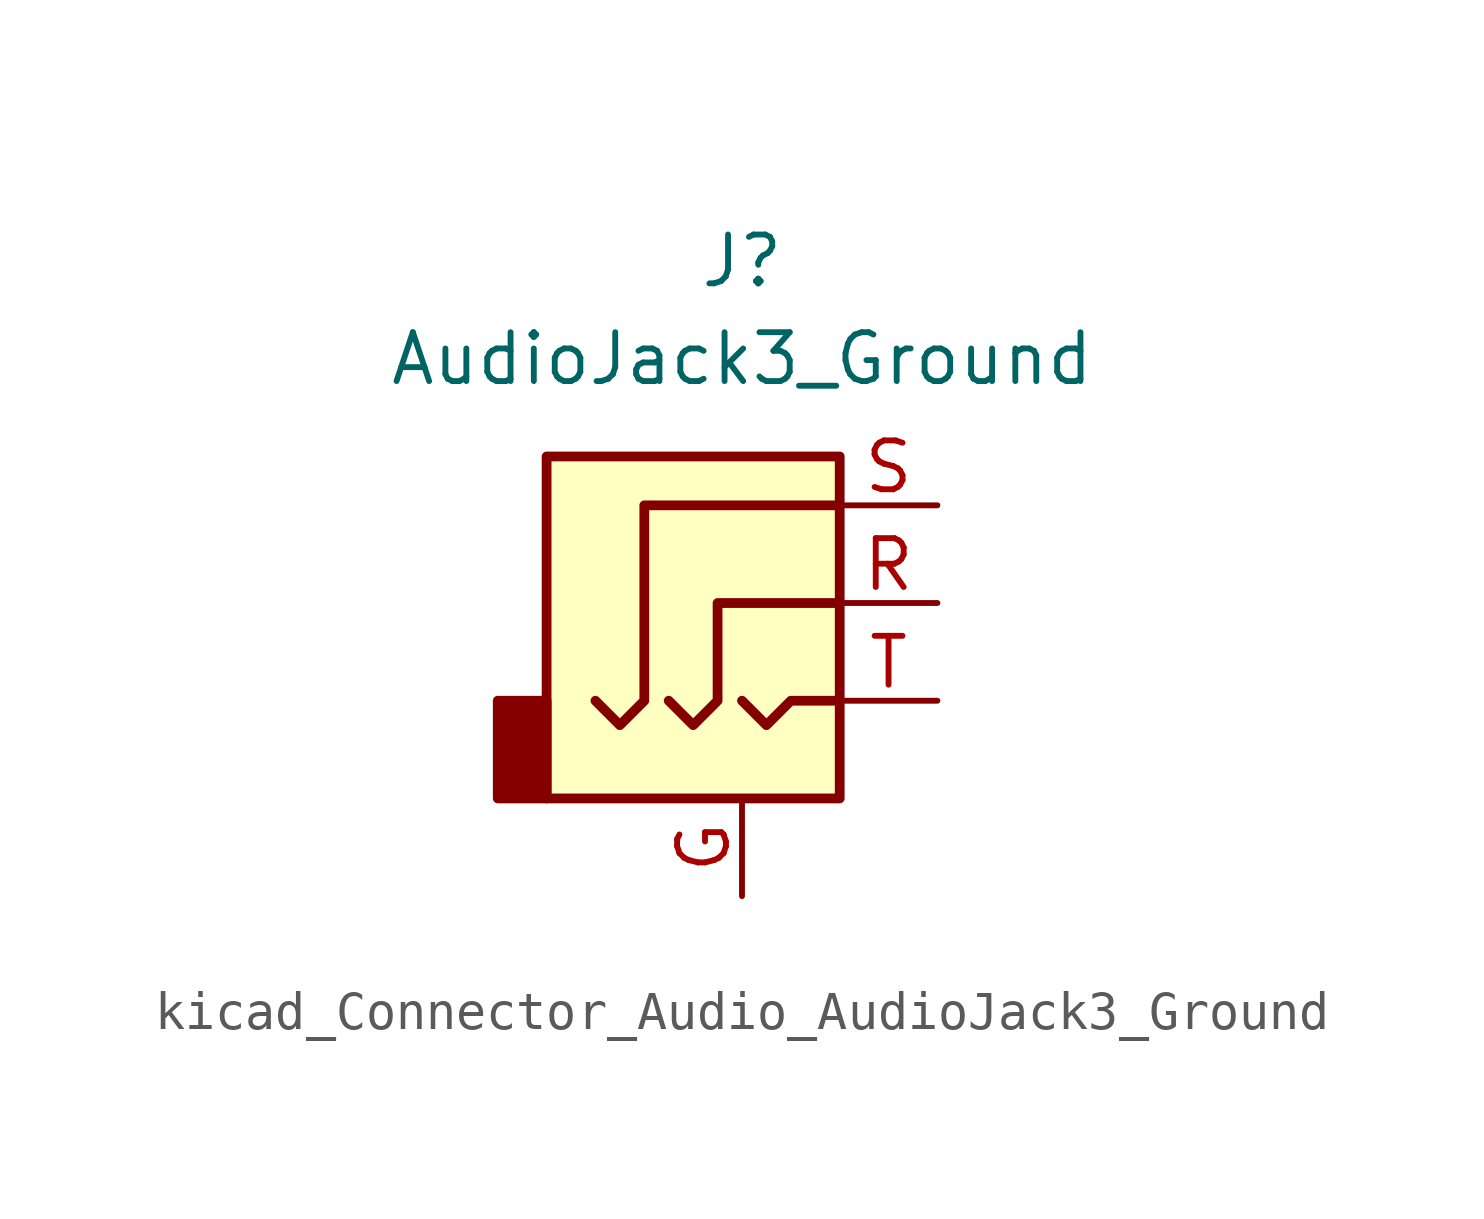
<source format=kicad_sym>
(kicad_symbol_lib
  (version 20220914)
  (generator kicad_symbol_editor)
  (symbol "kicad_Connector_Audio_AudioJack3_Ground"
    (property "Reference" "J"
      (at 0 8.89 0)
      (effects (font (size 1.27 1.27))))
    (property "Value" "AudioJack3_Ground"
      (at 0 6.35 0)
      (effects (font (size 1.27 1.27))))
    (symbol "kicad_Connector_Audio_AudioJack3_Ground_0_1"
      (rectangle (start -5.08 -2.54) (end -6.35 -5.08) (stroke (width 0.254) (type default)) (fill (type outline)))
      (polyline (pts (xy 0 -2.54) (xy 0.635 -3.175) (xy 1.27 -2.54) (xy 2.54 -2.54)) (stroke (width 0.254) (type default)) (fill (type none)))
      (polyline (pts (xy -1.905 -2.54) (xy -1.27 -3.175) (xy -0.635 -2.54) (xy -0.635 0) (xy 2.54 0)) (stroke (width 0.254) (type default)) (fill (type none)))
      (polyline (pts (xy 2.54 2.54) (xy -2.54 2.54) (xy -2.54 -2.54) (xy -3.175 -3.175) (xy -3.81 -2.54)) (stroke (width 0.254) (type default)) (fill (type none)))
      (rectangle (start 2.54 3.81) (end -5.08 -5.08) (stroke (width 0.254) (type default)) (fill (type background))))
    (symbol "kicad_Connector_Audio_AudioJack3_Ground_1_1"
      (pin passive line (at 0 -7.62 90) (length 2.54) (name "~" (effects (font (size 1.27 1.27)))) (number "G" (effects (font (size 1.27 1.27)))))
      (pin passive line (at 5.08 0 180) (length 2.54) (name "~" (effects (font (size 1.27 1.27)))) (number "R" (effects (font (size 1.27 1.27)))))
      (pin passive line (at 5.08 2.54 180) (length 2.54) (name "~" (effects (font (size 1.27 1.27)))) (number "S" (effects (font (size 1.27 1.27)))))
      (pin passive line (at 5.08 -2.54 180) (length 2.54) (name "~" (effects (font (size 1.27 1.27)))) (number "T" (effects (font (size 1.27 1.27))))))))
</source>
